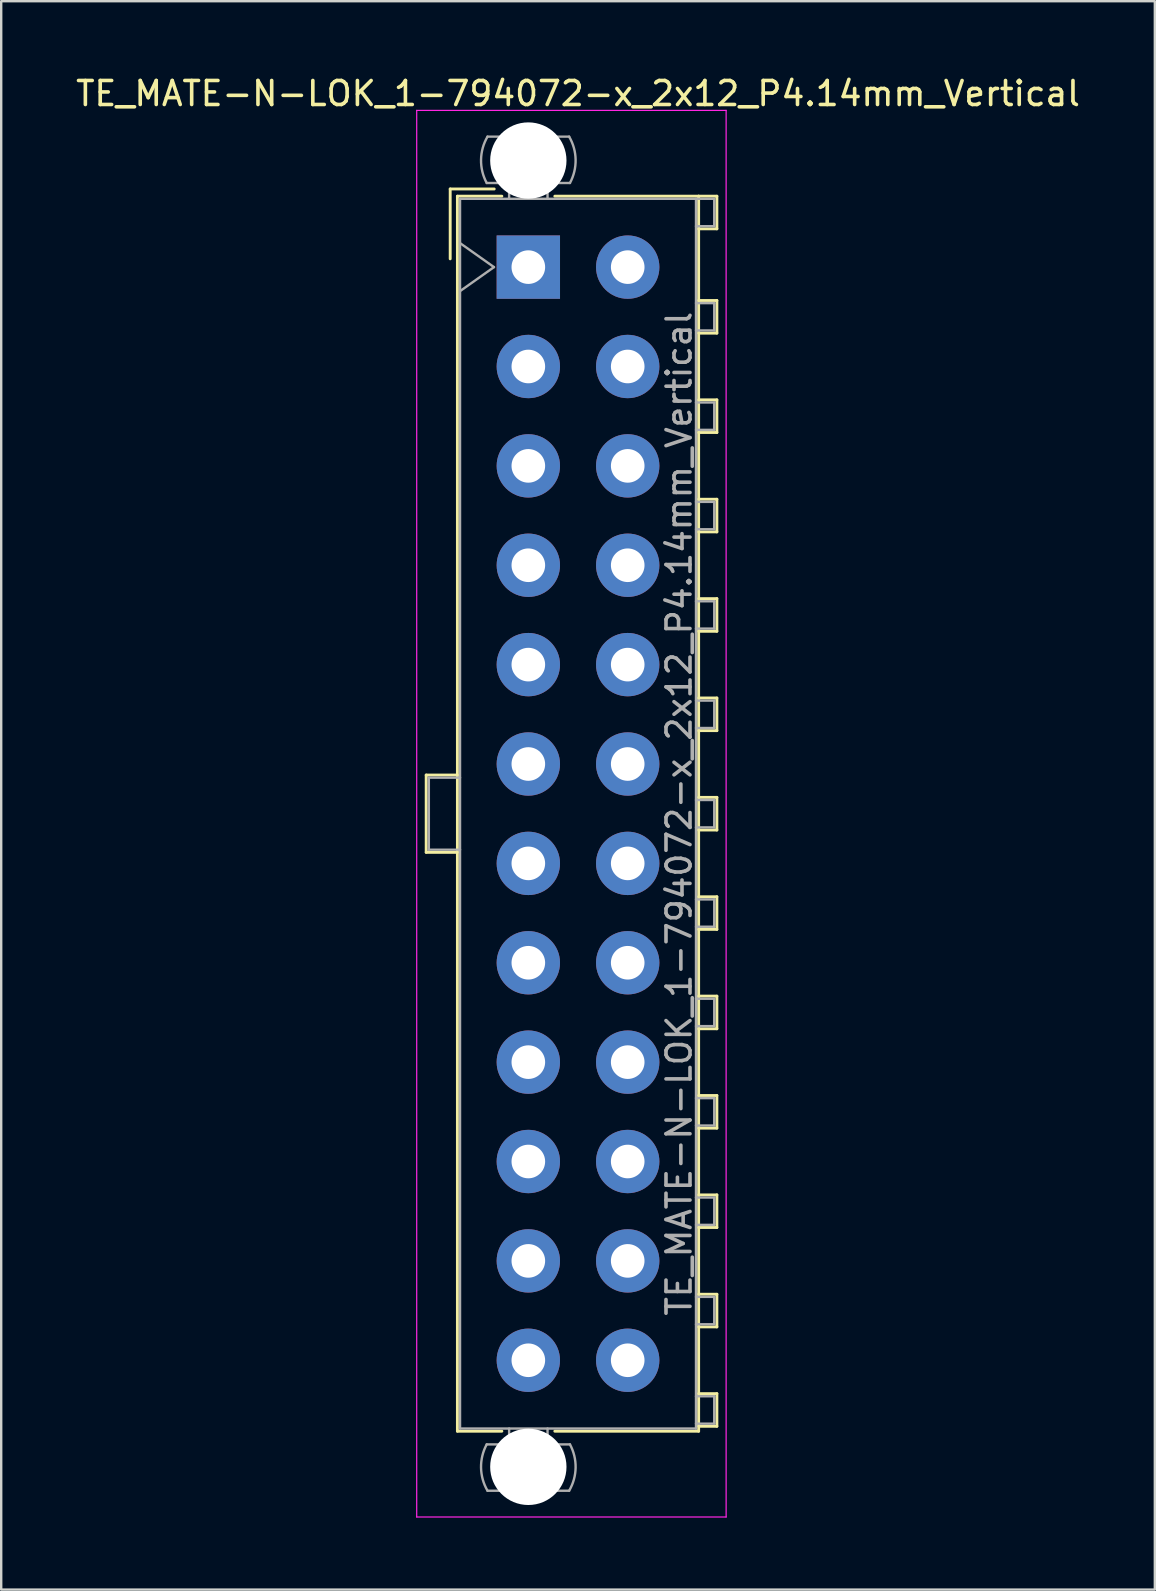
<source format=kicad_pcb>
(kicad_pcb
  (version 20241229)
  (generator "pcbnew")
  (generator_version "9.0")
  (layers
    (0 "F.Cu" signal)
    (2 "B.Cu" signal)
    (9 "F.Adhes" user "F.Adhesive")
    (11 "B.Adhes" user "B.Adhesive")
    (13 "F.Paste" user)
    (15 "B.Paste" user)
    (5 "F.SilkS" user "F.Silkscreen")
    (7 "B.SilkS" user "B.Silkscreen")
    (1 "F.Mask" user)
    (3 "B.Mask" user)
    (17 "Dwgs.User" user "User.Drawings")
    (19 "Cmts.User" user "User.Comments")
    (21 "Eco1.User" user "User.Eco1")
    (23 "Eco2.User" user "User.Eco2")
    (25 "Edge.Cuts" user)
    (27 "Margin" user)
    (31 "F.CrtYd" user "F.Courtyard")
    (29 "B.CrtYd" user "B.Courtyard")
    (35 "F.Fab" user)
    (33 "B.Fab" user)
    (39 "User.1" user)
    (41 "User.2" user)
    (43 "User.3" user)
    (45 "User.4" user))
  (footprint "TE_MATE-N-LOK_1-794072-x_2x12_P4.14mm_Vertical"
    (layer "F.Cu")
    (at 18.96 8.078)
    (property "Reference" "TE_MATE-N-LOK_1-794072-x_2x12_P4.14mm_Vertical" (at 2.07 -7.23 0) (layer "F.SilkS") (effects (font (size 1 1) (thickness 0.15))))
    (attr through_hole)
    (fp_line (start -4.255 21.16) (end -4.255 24.38) (stroke (width 0.12) (type solid)) (layer "F.SilkS"))
    (fp_line (start -4.255 24.38) (end -2.955 24.38) (stroke (width 0.12) (type solid)) (layer "F.SilkS"))
    (fp_line (start -3.255 -3.255) (end -3.255 -0.345) (stroke (width 0.12) (type solid)) (layer "F.SilkS"))
    (fp_line (start -2.955 -2.955) (end -2.955 48.495) (stroke (width 0.12) (type solid)) (layer "F.SilkS"))
    (fp_line (start -2.955 21.16) (end -4.255 21.16) (stroke (width 0.12) (type solid)) (layer "F.SilkS"))
    (fp_line (start -2.955 48.495) (end -1.103 48.495) (stroke (width 0.12) (type solid)) (layer "F.SilkS"))
    (fp_line (start -1.421 -3.255) (end -3.255 -3.255) (stroke (width 0.12) (type solid)) (layer "F.SilkS"))
    (fp_line (start -1.103 -2.955) (end -2.955 -2.955) (stroke (width 0.12) (type solid)) (layer "F.SilkS"))
    (fp_line (start 1.103 -2.955) (end 7.095 -2.955) (stroke (width 0.12) (type solid)) (layer "F.SilkS"))
    (fp_line (start 7.095 -2.955) (end 7.095 48.495) (stroke (width 0.12) (type solid)) (layer "F.SilkS"))
    (fp_line (start 7.095 -2.955) (end 7.855 -2.955) (stroke (width 0.12) (type solid)) (layer "F.SilkS"))
    (fp_line (start 7.095 1.39) (end 7.855 1.39) (stroke (width 0.12) (type solid)) (layer "F.SilkS"))
    (fp_line (start 7.095 5.53) (end 7.855 5.53) (stroke (width 0.12) (type solid)) (layer "F.SilkS"))
    (fp_line (start 7.095 9.67) (end 7.855 9.67) (stroke (width 0.12) (type solid)) (layer "F.SilkS"))
    (fp_line (start 7.095 13.81) (end 7.855 13.81) (stroke (width 0.12) (type solid)) (layer "F.SilkS"))
    (fp_line (start 7.095 17.95) (end 7.855 17.95) (stroke (width 0.12) (type solid)) (layer "F.SilkS"))
    (fp_line (start 7.095 22.09) (end 7.855 22.09) (stroke (width 0.12) (type solid)) (layer "F.SilkS"))
    (fp_line (start 7.095 26.23) (end 7.855 26.23) (stroke (width 0.12) (type solid)) (layer "F.SilkS"))
    (fp_line (start 7.095 30.37) (end 7.855 30.37) (stroke (width 0.12) (type solid)) (layer "F.SilkS"))
    (fp_line (start 7.095 34.51) (end 7.855 34.51) (stroke (width 0.12) (type solid)) (layer "F.SilkS"))
    (fp_line (start 7.095 38.65) (end 7.855 38.65) (stroke (width 0.12) (type solid)) (layer "F.SilkS"))
    (fp_line (start 7.095 42.79) (end 7.855 42.79) (stroke (width 0.12) (type solid)) (layer "F.SilkS"))
    (fp_line (start 7.095 46.93) (end 7.855 46.93) (stroke (width 0.12) (type solid)) (layer "F.SilkS"))
    (fp_line (start 7.095 48.495) (end 1.103 48.495) (stroke (width 0.12) (type solid)) (layer "F.SilkS"))
    (fp_line (start 7.855 -2.955) (end 7.855 -1.595) (stroke (width 0.12) (type solid)) (layer "F.SilkS"))
    (fp_line (start 7.855 -1.595) (end 7.095 -1.595) (stroke (width 0.12) (type solid)) (layer "F.SilkS"))
    (fp_line (start 7.855 1.39) (end 7.855 2.75) (stroke (width 0.12) (type solid)) (layer "F.SilkS"))
    (fp_line (start 7.855 2.75) (end 7.095 2.75) (stroke (width 0.12) (type solid)) (layer "F.SilkS"))
    (fp_line (start 7.855 5.53) (end 7.855 6.89) (stroke (width 0.12) (type solid)) (layer "F.SilkS"))
    (fp_line (start 7.855 6.89) (end 7.095 6.89) (stroke (width 0.12) (type solid)) (layer "F.SilkS"))
    (fp_line (start 7.855 9.67) (end 7.855 11.03) (stroke (width 0.12) (type solid)) (layer "F.SilkS"))
    (fp_line (start 7.855 11.03) (end 7.095 11.03) (stroke (width 0.12) (type solid)) (layer "F.SilkS"))
    (fp_line (start 7.855 13.81) (end 7.855 15.17) (stroke (width 0.12) (type solid)) (layer "F.SilkS"))
    (fp_line (start 7.855 15.17) (end 7.095 15.17) (stroke (width 0.12) (type solid)) (layer "F.SilkS"))
    (fp_line (start 7.855 17.95) (end 7.855 19.31) (stroke (width 0.12) (type solid)) (layer "F.SilkS"))
    (fp_line (start 7.855 19.31) (end 7.095 19.31) (stroke (width 0.12) (type solid)) (layer "F.SilkS"))
    (fp_line (start 7.855 22.09) (end 7.855 23.45) (stroke (width 0.12) (type solid)) (layer "F.SilkS"))
    (fp_line (start 7.855 23.45) (end 7.095 23.45) (stroke (width 0.12) (type solid)) (layer "F.SilkS"))
    (fp_line (start 7.855 26.23) (end 7.855 27.59) (stroke (width 0.12) (type solid)) (layer "F.SilkS"))
    (fp_line (start 7.855 27.59) (end 7.095 27.59) (stroke (width 0.12) (type solid)) (layer "F.SilkS"))
    (fp_line (start 7.855 30.37) (end 7.855 31.73) (stroke (width 0.12) (type solid)) (layer "F.SilkS"))
    (fp_line (start 7.855 31.73) (end 7.095 31.73) (stroke (width 0.12) (type solid)) (layer "F.SilkS"))
    (fp_line (start 7.855 34.51) (end 7.855 35.87) (stroke (width 0.12) (type solid)) (layer "F.SilkS"))
    (fp_line (start 7.855 35.87) (end 7.095 35.87) (stroke (width 0.12) (type solid)) (layer "F.SilkS"))
    (fp_line (start 7.855 38.65) (end 7.855 40.01) (stroke (width 0.12) (type solid)) (layer "F.SilkS"))
    (fp_line (start 7.855 40.01) (end 7.095 40.01) (stroke (width 0.12) (type solid)) (layer "F.SilkS"))
    (fp_line (start 7.855 42.79) (end 7.855 44.15) (stroke (width 0.12) (type solid)) (layer "F.SilkS"))
    (fp_line (start 7.855 44.15) (end 7.095 44.15) (stroke (width 0.12) (type solid)) (layer "F.SilkS"))
    (fp_line (start 7.855 46.93) (end 7.855 48.29) (stroke (width 0.12) (type solid)) (layer "F.SilkS"))
    (fp_line (start 7.855 48.29) (end 7.095 48.29) (stroke (width 0.12) (type solid)) (layer "F.SilkS"))
    (fp_line (start -4.65 -6.53) (end -4.65 52.07) (stroke (width 0.05) (type solid)) (layer "F.CrtYd"))
    (fp_line (start -4.65 52.07) (end 8.24 52.07) (stroke (width 0.05) (type solid)) (layer "F.CrtYd"))
    (fp_line (start 8.24 -6.53) (end -4.65 -6.53) (stroke (width 0.05) (type solid)) (layer "F.CrtYd"))
    (fp_line (start 8.24 52.07) (end 8.24 -6.53) (stroke (width 0.05) (type solid)) (layer "F.CrtYd"))
    (fp_line (start -4.145 21.27) (end -4.145 24.27) (stroke (width 0.1) (type solid)) (layer "F.Fab"))
    (fp_line (start -4.145 24.27) (end -2.845 24.27) (stroke (width 0.1) (type solid)) (layer "F.Fab"))
    (fp_line (start -2.845 -2.845) (end -2.845 48.385) (stroke (width 0.1) (type solid)) (layer "F.Fab"))
    (fp_line (start -2.845 -1) (end -1.431 0) (stroke (width 0.1) (type solid)) (layer "F.Fab"))
    (fp_line (start -2.845 21.27) (end -4.145 21.27) (stroke (width 0.1) (type solid)) (layer "F.Fab"))
    (fp_line (start -2.845 48.385) (end 6.985 48.385) (stroke (width 0.1) (type solid)) (layer "F.Fab"))
    (fp_line (start -1.431 0) (end -2.845 1) (stroke (width 0.1) (type solid)) (layer "F.Fab"))
    (fp_line (start -0.8 -2.845) (end -0.8 -3.505) (stroke (width 0.1) (type solid)) (layer "F.Fab"))
    (fp_line (start -0.8 48.385) (end -0.8 49.045) (stroke (width 0.1) (type solid)) (layer "F.Fab"))
    (fp_line (start 0.8 -2.845) (end 0.8 -3.505) (stroke (width 0.1) (type solid)) (layer "F.Fab"))
    (fp_line (start 0.8 48.385) (end 0.8 49.045) (stroke (width 0.1) (type solid)) (layer "F.Fab"))
    (fp_line (start 1.7 -5.436) (end -1.7 -5.436) (stroke (width 0.1) (type solid)) (layer "F.Fab"))
    (fp_line (start 1.7 50.976) (end -1.7 50.976) (stroke (width 0.1) (type solid)) (layer "F.Fab"))
    (fp_line (start 1.734 -3.505) (end -1.734 -3.505) (stroke (width 0.1) (type solid)) (layer "F.Fab"))
    (fp_line (start 1.734 49.045) (end -1.734 49.045) (stroke (width 0.1) (type solid)) (layer "F.Fab"))
    (fp_line (start 6.985 -2.845) (end -2.845 -2.845) (stroke (width 0.1) (type solid)) (layer "F.Fab"))
    (fp_line (start 6.985 -2.845) (end 7.745 -2.845) (stroke (width 0.1) (type solid)) (layer "F.Fab"))
    (fp_line (start 6.985 1.5) (end 7.745 1.5) (stroke (width 0.1) (type solid)) (layer "F.Fab"))
    (fp_line (start 6.985 5.64) (end 7.745 5.64) (stroke (width 0.1) (type solid)) (layer "F.Fab"))
    (fp_line (start 6.985 9.78) (end 7.745 9.78) (stroke (width 0.1) (type solid)) (layer "F.Fab"))
    (fp_line (start 6.985 13.92) (end 7.745 13.92) (stroke (width 0.1) (type solid)) (layer "F.Fab"))
    (fp_line (start 6.985 18.06) (end 7.745 18.06) (stroke (width 0.1) (type solid)) (layer "F.Fab"))
    (fp_line (start 6.985 22.2) (end 7.745 22.2) (stroke (width 0.1) (type solid)) (layer "F.Fab"))
    (fp_line (start 6.985 26.34) (end 7.745 26.34) (stroke (width 0.1) (type solid)) (layer "F.Fab"))
    (fp_line (start 6.985 30.48) (end 7.745 30.48) (stroke (width 0.1) (type solid)) (layer "F.Fab"))
    (fp_line (start 6.985 34.62) (end 7.745 34.62) (stroke (width 0.1) (type solid)) (layer "F.Fab"))
    (fp_line (start 6.985 38.76) (end 7.745 38.76) (stroke (width 0.1) (type solid)) (layer "F.Fab"))
    (fp_line (start 6.985 42.9) (end 7.745 42.9) (stroke (width 0.1) (type solid)) (layer "F.Fab"))
    (fp_line (start 6.985 47.04) (end 7.745 47.04) (stroke (width 0.1) (type solid)) (layer "F.Fab"))
    (fp_line (start 6.985 48.385) (end 6.985 -2.845) (stroke (width 0.1) (type solid)) (layer "F.Fab"))
    (fp_line (start 7.745 -2.845) (end 7.745 -1.705) (stroke (width 0.1) (type solid)) (layer "F.Fab"))
    (fp_line (start 7.745 -1.705) (end 6.985 -1.705) (stroke (width 0.1) (type solid)) (layer "F.Fab"))
    (fp_line (start 7.745 1.5) (end 7.745 2.64) (stroke (width 0.1) (type solid)) (layer "F.Fab"))
    (fp_line (start 7.745 2.64) (end 6.985 2.64) (stroke (width 0.1) (type solid)) (layer "F.Fab"))
    (fp_line (start 7.745 5.64) (end 7.745 6.78) (stroke (width 0.1) (type solid)) (layer "F.Fab"))
    (fp_line (start 7.745 6.78) (end 6.985 6.78) (stroke (width 0.1) (type solid)) (layer "F.Fab"))
    (fp_line (start 7.745 9.78) (end 7.745 10.92) (stroke (width 0.1) (type solid)) (layer "F.Fab"))
    (fp_line (start 7.745 10.92) (end 6.985 10.92) (stroke (width 0.1) (type solid)) (layer "F.Fab"))
    (fp_line (start 7.745 13.92) (end 7.745 15.06) (stroke (width 0.1) (type solid)) (layer "F.Fab"))
    (fp_line (start 7.745 15.06) (end 6.985 15.06) (stroke (width 0.1) (type solid)) (layer "F.Fab"))
    (fp_line (start 7.745 18.06) (end 7.745 19.2) (stroke (width 0.1) (type solid)) (layer "F.Fab"))
    (fp_line (start 7.745 19.2) (end 6.985 19.2) (stroke (width 0.1) (type solid)) (layer "F.Fab"))
    (fp_line (start 7.745 22.2) (end 7.745 23.34) (stroke (width 0.1) (type solid)) (layer "F.Fab"))
    (fp_line (start 7.745 23.34) (end 6.985 23.34) (stroke (width 0.1) (type solid)) (layer "F.Fab"))
    (fp_line (start 7.745 26.34) (end 7.745 27.48) (stroke (width 0.1) (type solid)) (layer "F.Fab"))
    (fp_line (start 7.745 27.48) (end 6.985 27.48) (stroke (width 0.1) (type solid)) (layer "F.Fab"))
    (fp_line (start 7.745 30.48) (end 7.745 31.62) (stroke (width 0.1) (type solid)) (layer "F.Fab"))
    (fp_line (start 7.745 31.62) (end 6.985 31.62) (stroke (width 0.1) (type solid)) (layer "F.Fab"))
    (fp_line (start 7.745 34.62) (end 7.745 35.76) (stroke (width 0.1) (type solid)) (layer "F.Fab"))
    (fp_line (start 7.745 35.76) (end 6.985 35.76) (stroke (width 0.1) (type solid)) (layer "F.Fab"))
    (fp_line (start 7.745 38.76) (end 7.745 39.9) (stroke (width 0.1) (type solid)) (layer "F.Fab"))
    (fp_line (start 7.745 39.9) (end 6.985 39.9) (stroke (width 0.1) (type solid)) (layer "F.Fab"))
    (fp_line (start 7.745 42.9) (end 7.745 44.04) (stroke (width 0.1) (type solid)) (layer "F.Fab"))
    (fp_line (start 7.745 44.04) (end 6.985 44.04) (stroke (width 0.1) (type solid)) (layer "F.Fab"))
    (fp_line (start 7.745 47.04) (end 7.745 48.18) (stroke (width 0.1) (type solid)) (layer "F.Fab"))
    (fp_line (start 7.745 48.18) (end 6.985 48.18) (stroke (width 0.1) (type solid)) (layer "F.Fab"))
    (fp_arc (start -1.733977 -3.505) (mid -1.96969 -4.474992) (end -1.699672 -5.436) (stroke (width 0.1) (type solid)) (layer "F.Fab"))
    (fp_arc (start -1.699672 50.976) (mid -1.969689 50.014992) (end -1.733977 49.045) (stroke (width 0.1) (type solid)) (layer "F.Fab"))
    (fp_arc (start 1.699672 -5.436) (mid 1.969689 -4.474992) (end 1.733977 -3.505) (stroke (width 0.1) (type solid)) (layer "F.Fab"))
    (fp_arc (start 1.733977 49.045) (mid 1.96969 50.014992) (end 1.699672 50.976) (stroke (width 0.1) (type solid)) (layer "F.Fab"))
    (fp_text user "${REFERENCE}" (at 6.28 22.77 90) (layer "F.Fab") (effects (font (size 1 1) (thickness 0.15))))
    (pad "" np_thru_hole circle (at 0 -4.44) (size 3.18 3.18) (drill 3.18) (layers "*.Cu" "*.Mask"))
    (pad "" np_thru_hole circle (at 0 49.98) (size 3.18 3.18) (drill 3.18) (layers "*.Cu" "*.Mask"))
    (pad "1" thru_hole rect (at 0 0) (size 2.64 2.64) (drill 1.4) (layers "*.Cu" "*.Mask"))
    (pad "2" thru_hole circle (at 0 4.14) (size 2.64 2.64) (drill 1.4) (layers "*.Cu" "*.Mask"))
    (pad "3" thru_hole circle (at 0 8.28) (size 2.64 2.64) (drill 1.4) (layers "*.Cu" "*.Mask"))
    (pad "4" thru_hole circle (at 0 12.42) (size 2.64 2.64) (drill 1.4) (layers "*.Cu" "*.Mask"))
    (pad "5" thru_hole circle (at 0 16.56) (size 2.64 2.64) (drill 1.4) (layers "*.Cu" "*.Mask"))
    (pad "6" thru_hole circle (at 0 20.7) (size 2.64 2.64) (drill 1.4) (layers "*.Cu" "*.Mask"))
    (pad "7" thru_hole circle (at 0 24.84) (size 2.64 2.64) (drill 1.4) (layers "*.Cu" "*.Mask"))
    (pad "8" thru_hole circle (at 0 28.98) (size 2.64 2.64) (drill 1.4) (layers "*.Cu" "*.Mask"))
    (pad "9" thru_hole circle (at 0 33.12) (size 2.64 2.64) (drill 1.4) (layers "*.Cu" "*.Mask"))
    (pad "10" thru_hole circle (at 0 37.26) (size 2.64 2.64) (drill 1.4) (layers "*.Cu" "*.Mask"))
    (pad "11" thru_hole circle (at 0 41.4) (size 2.64 2.64) (drill 1.4) (layers "*.Cu" "*.Mask"))
    (pad "12" thru_hole circle (at 0 45.54) (size 2.64 2.64) (drill 1.4) (layers "*.Cu" "*.Mask"))
    (pad "13" thru_hole circle (at 4.14 0) (size 2.64 2.64) (drill 1.4) (layers "*.Cu" "*.Mask"))
    (pad "14" thru_hole circle (at 4.14 4.14) (size 2.64 2.64) (drill 1.4) (layers "*.Cu" "*.Mask"))
    (pad "15" thru_hole circle (at 4.14 8.28) (size 2.64 2.64) (drill 1.4) (layers "*.Cu" "*.Mask"))
    (pad "16" thru_hole circle (at 4.14 12.42) (size 2.64 2.64) (drill 1.4) (layers "*.Cu" "*.Mask"))
    (pad "17" thru_hole circle (at 4.14 16.56) (size 2.64 2.64) (drill 1.4) (layers "*.Cu" "*.Mask"))
    (pad "18" thru_hole circle (at 4.14 20.7) (size 2.64 2.64) (drill 1.4) (layers "*.Cu" "*.Mask"))
    (pad "19" thru_hole circle (at 4.14 24.84) (size 2.64 2.64) (drill 1.4) (layers "*.Cu" "*.Mask"))
    (pad "20" thru_hole circle (at 4.14 28.98) (size 2.64 2.64) (drill 1.4) (layers "*.Cu" "*.Mask"))
    (pad "21" thru_hole circle (at 4.14 33.12) (size 2.64 2.64) (drill 1.4) (layers "*.Cu" "*.Mask"))
    (pad "22" thru_hole circle (at 4.14 37.26) (size 2.64 2.64) (drill 1.4) (layers "*.Cu" "*.Mask"))
    (pad "23" thru_hole circle (at 4.14 41.4) (size 2.64 2.64) (drill 1.4) (layers "*.Cu" "*.Mask"))
    (pad "24" thru_hole circle (at 4.14 45.54) (size 2.64 2.64) (drill 1.4) (layers "*.Cu" "*.Mask")))
  (gr_rect
    (start -3 -3)
    (end 45.06 63.173)
    (stroke (width 0.1) (type default))
    (fill no)
    (layer "Edge.Cuts")))
</source>
